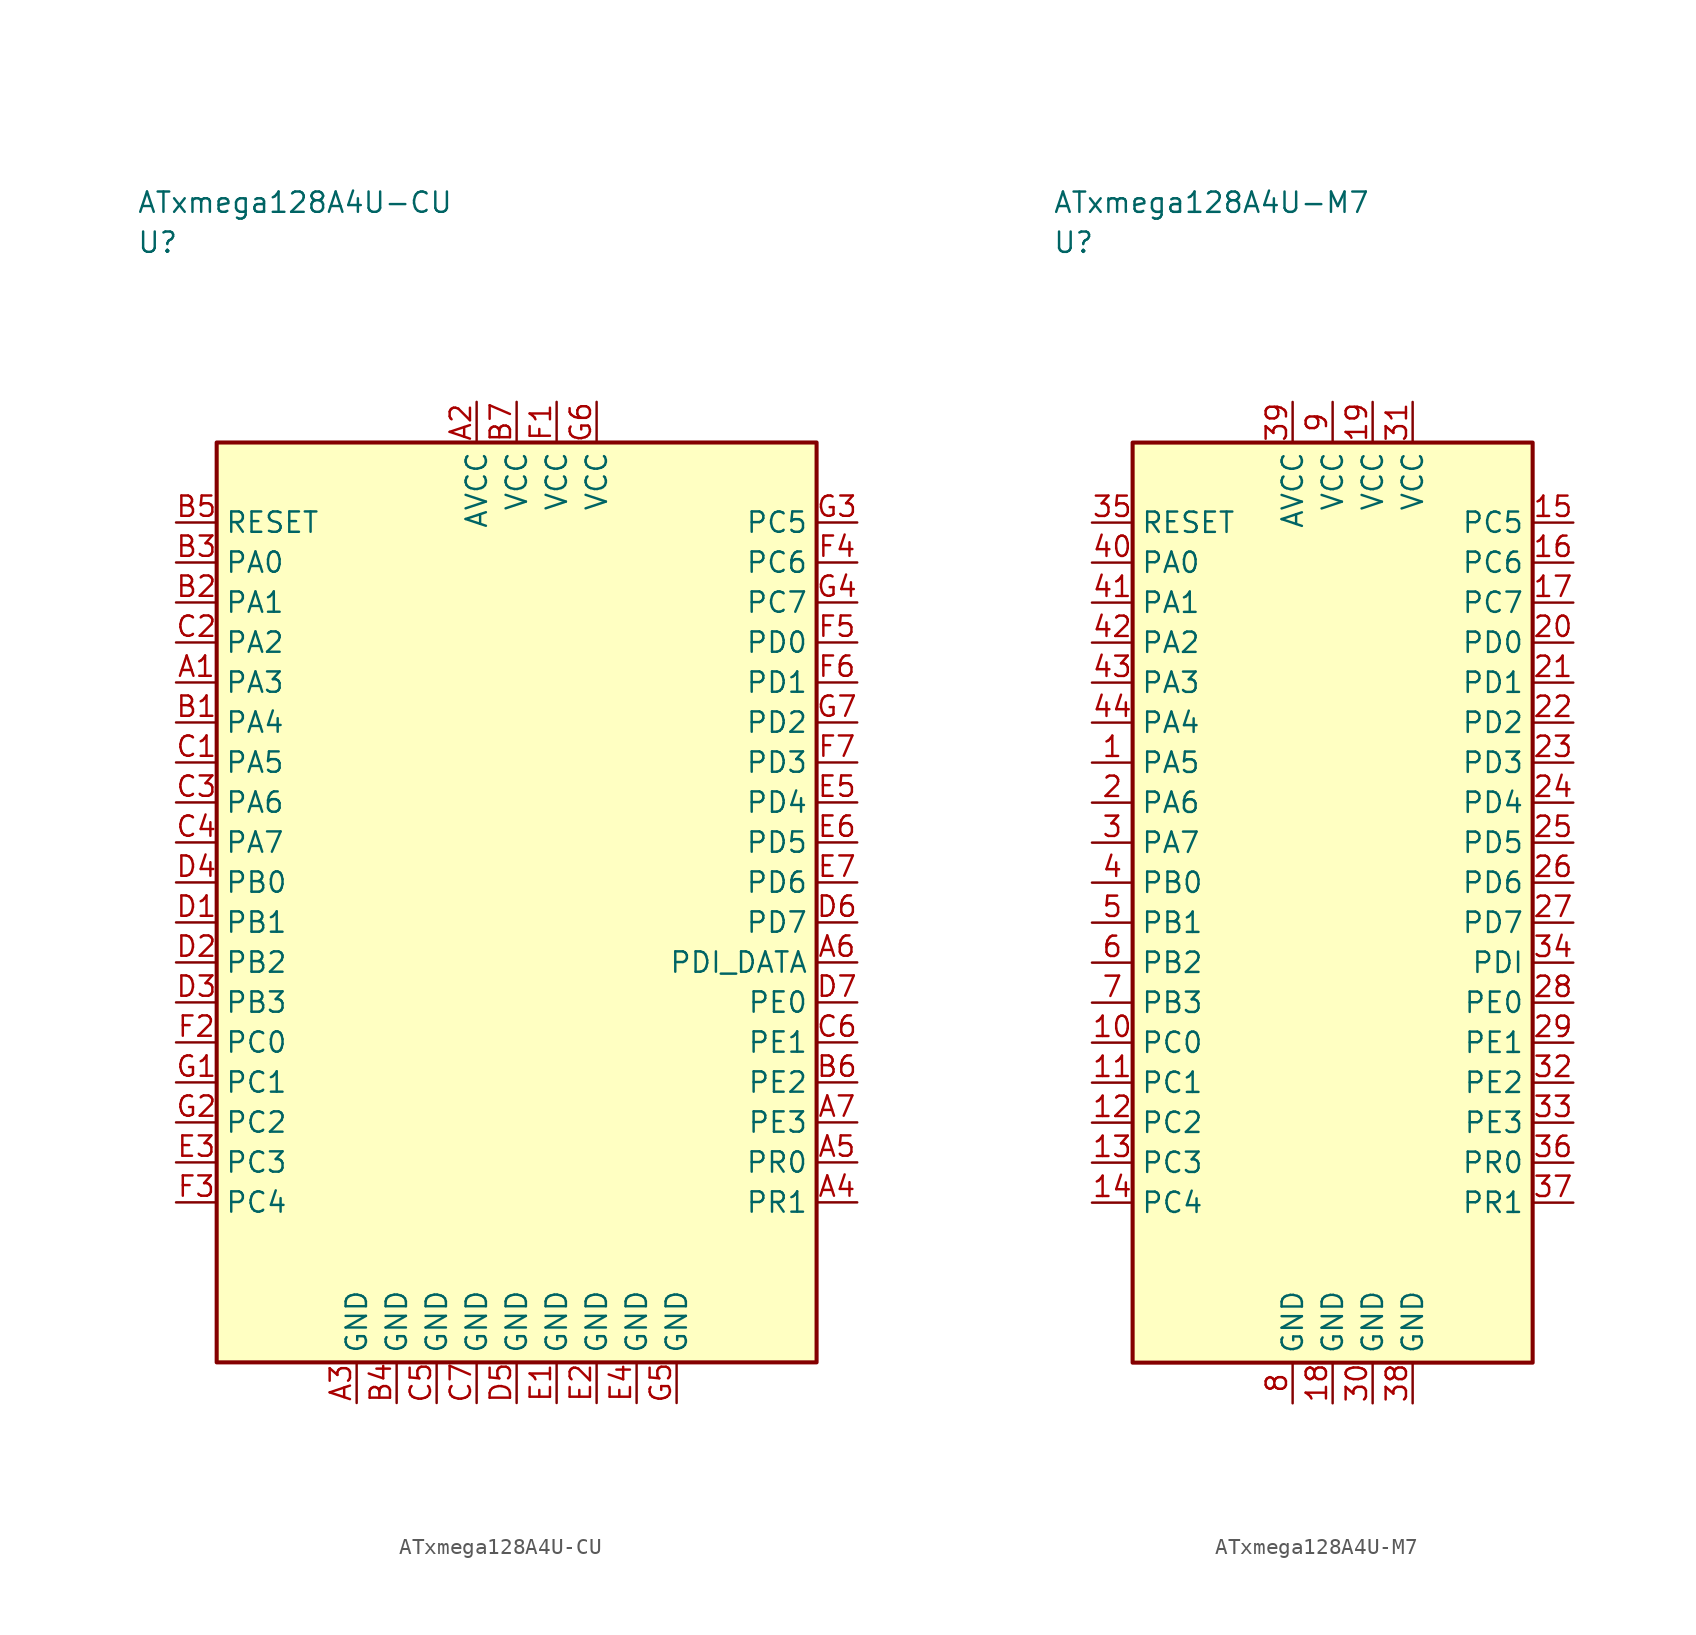
<source format=kicad_sym>
(kicad_symbol_lib
  (version 20241025)
  (generator "kicad_symbol_editor")
  (generator_version "8.0")
  (symbol "ATxmega128A4U-CU"
    (property "Reference" "U"
      (at -23.75 41.25 0)
      (effects (font (size 1.27 1.27)) (justify left)))
    (property "Value" "ATxmega128A4U-CU"
      (at -23.75 43.75 0)
      (effects (font (size 1.27 1.27)) (justify left)))
    (symbol "ATxmega128A4U-CU_0_1"
      (rectangle (start -18.75 28.75) (end 18.75 -28.75) (stroke (width 0.254) (type default)) (fill (type background))))
    (symbol "ATxmega128A4U-CU_1_1"
      (pin bidirectional line (at -21.29 13.75 0.0) (length 2.54) (name "PA3" (effects (font (size 1.27 1.27)))) (number "A1" (effects (font (size 1.27 1.27)))))
      (pin power_in line (at -2.5 31.29 270.0) (length 2.54) (name "AVCC" (effects (font (size 1.27 1.27)))) (number "A2" (effects (font (size 1.27 1.27)))))
      (pin passive line (at -10.0 -31.29 90.0) (length 2.54) (name "GND" (effects (font (size 1.27 1.27)))) (number "A3" (effects (font (size 1.27 1.27)))))
      (pin bidirectional line (at 21.29 -18.75 180.0) (length 2.54) (name "PR1" (effects (font (size 1.27 1.27)))) (number "A4" (effects (font (size 1.27 1.27)))))
      (pin bidirectional line (at 21.29 -16.25 180.0) (length 2.54) (name "PR0" (effects (font (size 1.27 1.27)))) (number "A5" (effects (font (size 1.27 1.27)))))
      (pin bidirectional line (at 21.29 -3.75 180.0) (length 2.54) (name "PDI_DATA" (effects (font (size 1.27 1.27)))) (number "A6" (effects (font (size 1.27 1.27)))))
      (pin bidirectional line (at 21.29 -13.75 180.0) (length 2.54) (name "PE3" (effects (font (size 1.27 1.27)))) (number "A7" (effects (font (size 1.27 1.27)))))
      (pin bidirectional line (at -21.29 11.25 0.0) (length 2.54) (name "PA4" (effects (font (size 1.27 1.27)))) (number "B1" (effects (font (size 1.27 1.27)))))
      (pin bidirectional line (at -21.29 18.75 0.0) (length 2.54) (name "PA1" (effects (font (size 1.27 1.27)))) (number "B2" (effects (font (size 1.27 1.27)))))
      (pin bidirectional line (at -21.29 21.25 0.0) (length 2.54) (name "PA0" (effects (font (size 1.27 1.27)))) (number "B3" (effects (font (size 1.27 1.27)))))
      (pin passive line (at -7.5 -31.29 90.0) (length 2.54) (name "GND" (effects (font (size 1.27 1.27)))) (number "B4" (effects (font (size 1.27 1.27)))))
      (pin input line (at -21.29 23.75 0.0) (length 2.54) (name "RESET" (effects (font (size 1.27 1.27)))) (number "B5" (effects (font (size 1.27 1.27)))))
      (pin bidirectional line (at 21.29 -11.25 180.0) (length 2.54) (name "PE2" (effects (font (size 1.27 1.27)))) (number "B6" (effects (font (size 1.27 1.27)))))
      (pin power_in line (at 0.0 31.29 270.0) (length 2.54) (name "VCC" (effects (font (size 1.27 1.27)))) (number "B7" (effects (font (size 1.27 1.27)))))
      (pin bidirectional line (at -21.29 8.75 0.0) (length 2.54) (name "PA5" (effects (font (size 1.27 1.27)))) (number "C1" (effects (font (size 1.27 1.27)))))
      (pin bidirectional line (at -21.29 16.25 0.0) (length 2.54) (name "PA2" (effects (font (size 1.27 1.27)))) (number "C2" (effects (font (size 1.27 1.27)))))
      (pin bidirectional line (at -21.29 6.25 0.0) (length 2.54) (name "PA6" (effects (font (size 1.27 1.27)))) (number "C3" (effects (font (size 1.27 1.27)))))
      (pin bidirectional line (at -21.29 3.75 0.0) (length 2.54) (name "PA7" (effects (font (size 1.27 1.27)))) (number "C4" (effects (font (size 1.27 1.27)))))
      (pin passive line (at -5.0 -31.29 90.0) (length 2.54) (name "GND" (effects (font (size 1.27 1.27)))) (number "C5" (effects (font (size 1.27 1.27)))))
      (pin bidirectional line (at 21.29 -8.75 180.0) (length 2.54) (name "PE1" (effects (font (size 1.27 1.27)))) (number "C6" (effects (font (size 1.27 1.27)))))
      (pin passive line (at -2.5 -31.29 90.0) (length 2.54) (name "GND" (effects (font (size 1.27 1.27)))) (number "C7" (effects (font (size 1.27 1.27)))))
      (pin bidirectional line (at -21.29 -1.25 0.0) (length 2.54) (name "PB1" (effects (font (size 1.27 1.27)))) (number "D1" (effects (font (size 1.27 1.27)))))
      (pin bidirectional line (at -21.29 -3.75 0.0) (length 2.54) (name "PB2" (effects (font (size 1.27 1.27)))) (number "D2" (effects (font (size 1.27 1.27)))))
      (pin bidirectional line (at -21.29 -6.25 0.0) (length 2.54) (name "PB3" (effects (font (size 1.27 1.27)))) (number "D3" (effects (font (size 1.27 1.27)))))
      (pin bidirectional line (at -21.29 1.25 0.0) (length 2.54) (name "PB0" (effects (font (size 1.27 1.27)))) (number "D4" (effects (font (size 1.27 1.27)))))
      (pin passive line (at 0.0 -31.29 90.0) (length 2.54) (name "GND" (effects (font (size 1.27 1.27)))) (number "D5" (effects (font (size 1.27 1.27)))))
      (pin bidirectional line (at 21.29 -1.25 180.0) (length 2.54) (name "PD7" (effects (font (size 1.27 1.27)))) (number "D6" (effects (font (size 1.27 1.27)))))
      (pin bidirectional line (at 21.29 -6.25 180.0) (length 2.54) (name "PE0" (effects (font (size 1.27 1.27)))) (number "D7" (effects (font (size 1.27 1.27)))))
      (pin passive line (at 2.5 -31.29 90.0) (length 2.54) (name "GND" (effects (font (size 1.27 1.27)))) (number "E1" (effects (font (size 1.27 1.27)))))
      (pin passive line (at 5.0 -31.29 90.0) (length 2.54) (name "GND" (effects (font (size 1.27 1.27)))) (number "E2" (effects (font (size 1.27 1.27)))))
      (pin bidirectional line (at -21.29 -16.25 0.0) (length 2.54) (name "PC3" (effects (font (size 1.27 1.27)))) (number "E3" (effects (font (size 1.27 1.27)))))
      (pin passive line (at 7.5 -31.29 90.0) (length 2.54) (name "GND" (effects (font (size 1.27 1.27)))) (number "E4" (effects (font (size 1.27 1.27)))))
      (pin bidirectional line (at 21.29 6.25 180.0) (length 2.54) (name "PD4" (effects (font (size 1.27 1.27)))) (number "E5" (effects (font (size 1.27 1.27)))))
      (pin bidirectional line (at 21.29 3.75 180.0) (length 2.54) (name "PD5" (effects (font (size 1.27 1.27)))) (number "E6" (effects (font (size 1.27 1.27)))))
      (pin bidirectional line (at 21.29 1.25 180.0) (length 2.54) (name "PD6" (effects (font (size 1.27 1.27)))) (number "E7" (effects (font (size 1.27 1.27)))))
      (pin power_in line (at 2.5 31.29 270.0) (length 2.54) (name "VCC" (effects (font (size 1.27 1.27)))) (number "F1" (effects (font (size 1.27 1.27)))))
      (pin bidirectional line (at -21.29 -8.75 0.0) (length 2.54) (name "PC0" (effects (font (size 1.27 1.27)))) (number "F2" (effects (font (size 1.27 1.27)))))
      (pin bidirectional line (at -21.29 -18.75 0.0) (length 2.54) (name "PC4" (effects (font (size 1.27 1.27)))) (number "F3" (effects (font (size 1.27 1.27)))))
      (pin bidirectional line (at 21.29 21.25 180.0) (length 2.54) (name "PC6" (effects (font (size 1.27 1.27)))) (number "F4" (effects (font (size 1.27 1.27)))))
      (pin bidirectional line (at 21.29 16.25 180.0) (length 2.54) (name "PD0" (effects (font (size 1.27 1.27)))) (number "F5" (effects (font (size 1.27 1.27)))))
      (pin bidirectional line (at 21.29 13.75 180.0) (length 2.54) (name "PD1" (effects (font (size 1.27 1.27)))) (number "F6" (effects (font (size 1.27 1.27)))))
      (pin bidirectional line (at 21.29 8.75 180.0) (length 2.54) (name "PD3" (effects (font (size 1.27 1.27)))) (number "F7" (effects (font (size 1.27 1.27)))))
      (pin bidirectional line (at -21.29 -11.25 0.0) (length 2.54) (name "PC1" (effects (font (size 1.27 1.27)))) (number "G1" (effects (font (size 1.27 1.27)))))
      (pin bidirectional line (at -21.29 -13.75 0.0) (length 2.54) (name "PC2" (effects (font (size 1.27 1.27)))) (number "G2" (effects (font (size 1.27 1.27)))))
      (pin bidirectional line (at 21.29 23.75 180.0) (length 2.54) (name "PC5" (effects (font (size 1.27 1.27)))) (number "G3" (effects (font (size 1.27 1.27)))))
      (pin bidirectional line (at 21.29 18.75 180.0) (length 2.54) (name "PC7" (effects (font (size 1.27 1.27)))) (number "G4" (effects (font (size 1.27 1.27)))))
      (pin passive line (at 10.0 -31.29 90.0) (length 2.54) (name "GND" (effects (font (size 1.27 1.27)))) (number "G5" (effects (font (size 1.27 1.27)))))
      (pin power_in line (at 5.0 31.29 270.0) (length 2.54) (name "VCC" (effects (font (size 1.27 1.27)))) (number "G6" (effects (font (size 1.27 1.27)))))
      (pin bidirectional line (at 21.29 11.25 180.0) (length 2.54) (name "PD2" (effects (font (size 1.27 1.27)))) (number "G7" (effects (font (size 1.27 1.27)))))))
  (symbol "ATxmega128A4U-M7"
    (property "Reference" "U"
      (at -17.5 41.25 0)
      (effects (font (size 1.27 1.27)) (justify left)))
    (property "Value" "ATxmega128A4U-M7"
      (at -17.5 43.75 0)
      (effects (font (size 1.27 1.27)) (justify left)))
    (symbol "ATxmega128A4U-M7_0_1"
      (rectangle (start -12.5 28.75) (end 12.5 -28.75) (stroke (width 0.254) (type default)) (fill (type background))))
    (symbol "ATxmega128A4U-M7_1_1"
      (pin bidirectional line (at -15.04 8.75 0.0) (length 2.54) (name "PA5" (effects (font (size 1.27 1.27)))) (number "1" (effects (font (size 1.27 1.27)))))
      (pin bidirectional line (at -15.04 6.25 0.0) (length 2.54) (name "PA6" (effects (font (size 1.27 1.27)))) (number "2" (effects (font (size 1.27 1.27)))))
      (pin bidirectional line (at -15.04 3.75 0.0) (length 2.54) (name "PA7" (effects (font (size 1.27 1.27)))) (number "3" (effects (font (size 1.27 1.27)))))
      (pin bidirectional line (at -15.04 1.25 0.0) (length 2.54) (name "PB0" (effects (font (size 1.27 1.27)))) (number "4" (effects (font (size 1.27 1.27)))))
      (pin bidirectional line (at -15.04 -1.25 0.0) (length 2.54) (name "PB1" (effects (font (size 1.27 1.27)))) (number "5" (effects (font (size 1.27 1.27)))))
      (pin bidirectional line (at -15.04 -3.75 0.0) (length 2.54) (name "PB2" (effects (font (size 1.27 1.27)))) (number "6" (effects (font (size 1.27 1.27)))))
      (pin bidirectional line (at -15.04 -6.25 0.0) (length 2.54) (name "PB3" (effects (font (size 1.27 1.27)))) (number "7" (effects (font (size 1.27 1.27)))))
      (pin passive line (at -2.5 -31.29 90.0) (length 2.54) (name "GND" (effects (font (size 1.27 1.27)))) (number "8" (effects (font (size 1.27 1.27)))))
      (pin power_in line (at 0.0 31.29 270.0) (length 2.54) (name "VCC" (effects (font (size 1.27 1.27)))) (number "9" (effects (font (size 1.27 1.27)))))
      (pin bidirectional line (at -15.04 -8.75 0.0) (length 2.54) (name "PC0" (effects (font (size 1.27 1.27)))) (number "10" (effects (font (size 1.27 1.27)))))
      (pin bidirectional line (at -15.04 -11.25 0.0) (length 2.54) (name "PC1" (effects (font (size 1.27 1.27)))) (number "11" (effects (font (size 1.27 1.27)))))
      (pin bidirectional line (at -15.04 -13.75 0.0) (length 2.54) (name "PC2" (effects (font (size 1.27 1.27)))) (number "12" (effects (font (size 1.27 1.27)))))
      (pin bidirectional line (at -15.04 -16.25 0.0) (length 2.54) (name "PC3" (effects (font (size 1.27 1.27)))) (number "13" (effects (font (size 1.27 1.27)))))
      (pin bidirectional line (at -15.04 -18.75 0.0) (length 2.54) (name "PC4" (effects (font (size 1.27 1.27)))) (number "14" (effects (font (size 1.27 1.27)))))
      (pin bidirectional line (at 15.04 23.75 180.0) (length 2.54) (name "PC5" (effects (font (size 1.27 1.27)))) (number "15" (effects (font (size 1.27 1.27)))))
      (pin bidirectional line (at 15.04 21.25 180.0) (length 2.54) (name "PC6" (effects (font (size 1.27 1.27)))) (number "16" (effects (font (size 1.27 1.27)))))
      (pin bidirectional line (at 15.04 18.75 180.0) (length 2.54) (name "PC7" (effects (font (size 1.27 1.27)))) (number "17" (effects (font (size 1.27 1.27)))))
      (pin passive line (at 0.0 -31.29 90.0) (length 2.54) (name "GND" (effects (font (size 1.27 1.27)))) (number "18" (effects (font (size 1.27 1.27)))))
      (pin power_in line (at 2.5 31.29 270.0) (length 2.54) (name "VCC" (effects (font (size 1.27 1.27)))) (number "19" (effects (font (size 1.27 1.27)))))
      (pin bidirectional line (at 15.04 16.25 180.0) (length 2.54) (name "PD0" (effects (font (size 1.27 1.27)))) (number "20" (effects (font (size 1.27 1.27)))))
      (pin bidirectional line (at 15.04 13.75 180.0) (length 2.54) (name "PD1" (effects (font (size 1.27 1.27)))) (number "21" (effects (font (size 1.27 1.27)))))
      (pin bidirectional line (at 15.04 11.25 180.0) (length 2.54) (name "PD2" (effects (font (size 1.27 1.27)))) (number "22" (effects (font (size 1.27 1.27)))))
      (pin bidirectional line (at 15.04 8.75 180.0) (length 2.54) (name "PD3" (effects (font (size 1.27 1.27)))) (number "23" (effects (font (size 1.27 1.27)))))
      (pin bidirectional line (at 15.04 6.25 180.0) (length 2.54) (name "PD4" (effects (font (size 1.27 1.27)))) (number "24" (effects (font (size 1.27 1.27)))))
      (pin bidirectional line (at 15.04 3.75 180.0) (length 2.54) (name "PD5" (effects (font (size 1.27 1.27)))) (number "25" (effects (font (size 1.27 1.27)))))
      (pin bidirectional line (at 15.04 1.25 180.0) (length 2.54) (name "PD6" (effects (font (size 1.27 1.27)))) (number "26" (effects (font (size 1.27 1.27)))))
      (pin bidirectional line (at 15.04 -1.25 180.0) (length 2.54) (name "PD7" (effects (font (size 1.27 1.27)))) (number "27" (effects (font (size 1.27 1.27)))))
      (pin bidirectional line (at 15.04 -6.25 180.0) (length 2.54) (name "PE0" (effects (font (size 1.27 1.27)))) (number "28" (effects (font (size 1.27 1.27)))))
      (pin bidirectional line (at 15.04 -8.75 180.0) (length 2.54) (name "PE1" (effects (font (size 1.27 1.27)))) (number "29" (effects (font (size 1.27 1.27)))))
      (pin passive line (at 2.5 -31.29 90.0) (length 2.54) (name "GND" (effects (font (size 1.27 1.27)))) (number "30" (effects (font (size 1.27 1.27)))))
      (pin power_in line (at 5.0 31.29 270.0) (length 2.54) (name "VCC" (effects (font (size 1.27 1.27)))) (number "31" (effects (font (size 1.27 1.27)))))
      (pin bidirectional line (at 15.04 -11.25 180.0) (length 2.54) (name "PE2" (effects (font (size 1.27 1.27)))) (number "32" (effects (font (size 1.27 1.27)))))
      (pin bidirectional line (at 15.04 -13.75 180.0) (length 2.54) (name "PE3" (effects (font (size 1.27 1.27)))) (number "33" (effects (font (size 1.27 1.27)))))
      (pin bidirectional line (at 15.04 -3.75 180.0) (length 2.54) (name "PDI" (effects (font (size 1.27 1.27)))) (number "34" (effects (font (size 1.27 1.27)))))
      (pin input line (at -15.04 23.75 0.0) (length 2.54) (name "RESET" (effects (font (size 1.27 1.27)))) (number "35" (effects (font (size 1.27 1.27)))))
      (pin bidirectional line (at 15.04 -16.25 180.0) (length 2.54) (name "PR0" (effects (font (size 1.27 1.27)))) (number "36" (effects (font (size 1.27 1.27)))))
      (pin bidirectional line (at 15.04 -18.75 180.0) (length 2.54) (name "PR1" (effects (font (size 1.27 1.27)))) (number "37" (effects (font (size 1.27 1.27)))))
      (pin passive line (at 5.0 -31.29 90.0) (length 2.54) (name "GND" (effects (font (size 1.27 1.27)))) (number "38" (effects (font (size 1.27 1.27)))))
      (pin power_in line (at -2.5 31.29 270.0) (length 2.54) (name "AVCC" (effects (font (size 1.27 1.27)))) (number "39" (effects (font (size 1.27 1.27)))))
      (pin bidirectional line (at -15.04 21.25 0.0) (length 2.54) (name "PA0" (effects (font (size 1.27 1.27)))) (number "40" (effects (font (size 1.27 1.27)))))
      (pin bidirectional line (at -15.04 18.75 0.0) (length 2.54) (name "PA1" (effects (font (size 1.27 1.27)))) (number "41" (effects (font (size 1.27 1.27)))))
      (pin bidirectional line (at -15.04 16.25 0.0) (length 2.54) (name "PA2" (effects (font (size 1.27 1.27)))) (number "42" (effects (font (size 1.27 1.27)))))
      (pin bidirectional line (at -15.04 13.75 0.0) (length 2.54) (name "PA3" (effects (font (size 1.27 1.27)))) (number "43" (effects (font (size 1.27 1.27)))))
      (pin bidirectional line (at -15.04 11.25 0.0) (length 2.54) (name "PA4" (effects (font (size 1.27 1.27)))) (number "44" (effects (font (size 1.27 1.27))))))))
</source>
